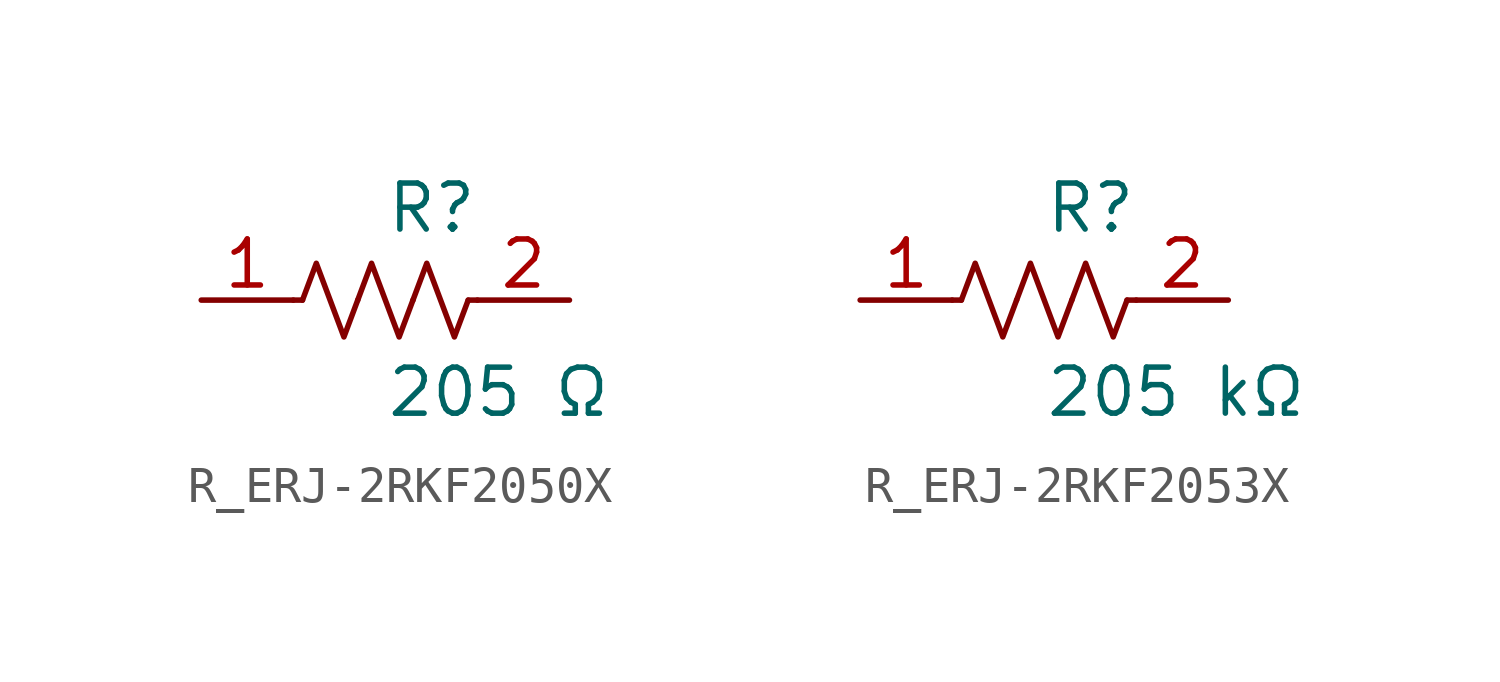
<source format=kicad_sym>
(kicad_symbol_lib
  (version 20231120)
  (generator kicad_symbol_editor)
  (generator_version 8.0)
  (symbol "R_ERJ-2RKF2050X"
    (pin_names
      (offset 0.254))
    (property "Reference" "R"
      (at 0.0 2.54 0)
      (effects (font (size 1.27 1.27)) (justify left)))
    (property "Value" "205 Ω"
      (at 0.0 -2.54 0)
      (effects (font (size 1.27 1.27)) (justify left)))
    (symbol "R_ERJ-2RKF2050X_0_1"
      (polyline (pts (xy 2.286 0) (xy 2.54 0)) (stroke (width 0) (type default)) (fill (type none)))
      (polyline (pts (xy -2.286 0) (xy -2.54 0)) (stroke (width 0) (type default)) (fill (type none)))
      (polyline (pts (xy 0.762 0) (xy 1.143 1.016) (xy 1.524 0) (xy 1.905 -1.016) (xy 2.286 0)) (stroke (width 0) (type default)) (fill (type none)))
      (polyline (pts (xy -0.762 0) (xy -0.381 1.016) (xy 0 0) (xy 0.381 -1.016) (xy 0.762 0)) (stroke (width 0) (type default)) (fill (type none)))
      (polyline (pts (xy -2.286 0) (xy -1.905 1.016) (xy -1.524 0) (xy -1.143 -1.016) (xy -0.762 0)) (stroke (width 0) (type default)) (fill (type none))))
    (pin unspecified line
      (at -5.08 0 0)
      (length 2.54)
      (name "" (effects (font (size 1.27 1.27))))
      (number "1" (effects (font (size 1.27 1.27)))))
    (pin unspecified line
      (at 5.08 0 180)
      (length 2.54)
      (name "" (effects (font (size 1.27 1.27))))
      (number "2" (effects (font (size 1.27 1.27))))))
  (symbol "R_ERJ-2RKF2053X"
    (pin_names
      (offset 0.254))
    (property "Reference" "R"
      (at 0.0 2.54 0)
      (effects (font (size 1.27 1.27)) (justify left)))
    (property "Value" "205 kΩ"
      (at 0.0 -2.54 0)
      (effects (font (size 1.27 1.27)) (justify left)))
    (symbol "R_ERJ-2RKF2053X_0_1"
      (polyline (pts (xy 2.286 0) (xy 2.54 0)) (stroke (width 0) (type default)) (fill (type none)))
      (polyline (pts (xy -2.286 0) (xy -2.54 0)) (stroke (width 0) (type default)) (fill (type none)))
      (polyline (pts (xy 0.762 0) (xy 1.143 1.016) (xy 1.524 0) (xy 1.905 -1.016) (xy 2.286 0)) (stroke (width 0) (type default)) (fill (type none)))
      (polyline (pts (xy -0.762 0) (xy -0.381 1.016) (xy 0 0) (xy 0.381 -1.016) (xy 0.762 0)) (stroke (width 0) (type default)) (fill (type none)))
      (polyline (pts (xy -2.286 0) (xy -1.905 1.016) (xy -1.524 0) (xy -1.143 -1.016) (xy -0.762 0)) (stroke (width 0) (type default)) (fill (type none))))
    (pin unspecified line
      (at -5.08 0 0)
      (length 2.54)
      (name "" (effects (font (size 1.27 1.27))))
      (number "1" (effects (font (size 1.27 1.27)))))
    (pin unspecified line
      (at 5.08 0 180)
      (length 2.54)
      (name "" (effects (font (size 1.27 1.27))))
      (number "2" (effects (font (size 1.27 1.27)))))))
</source>
